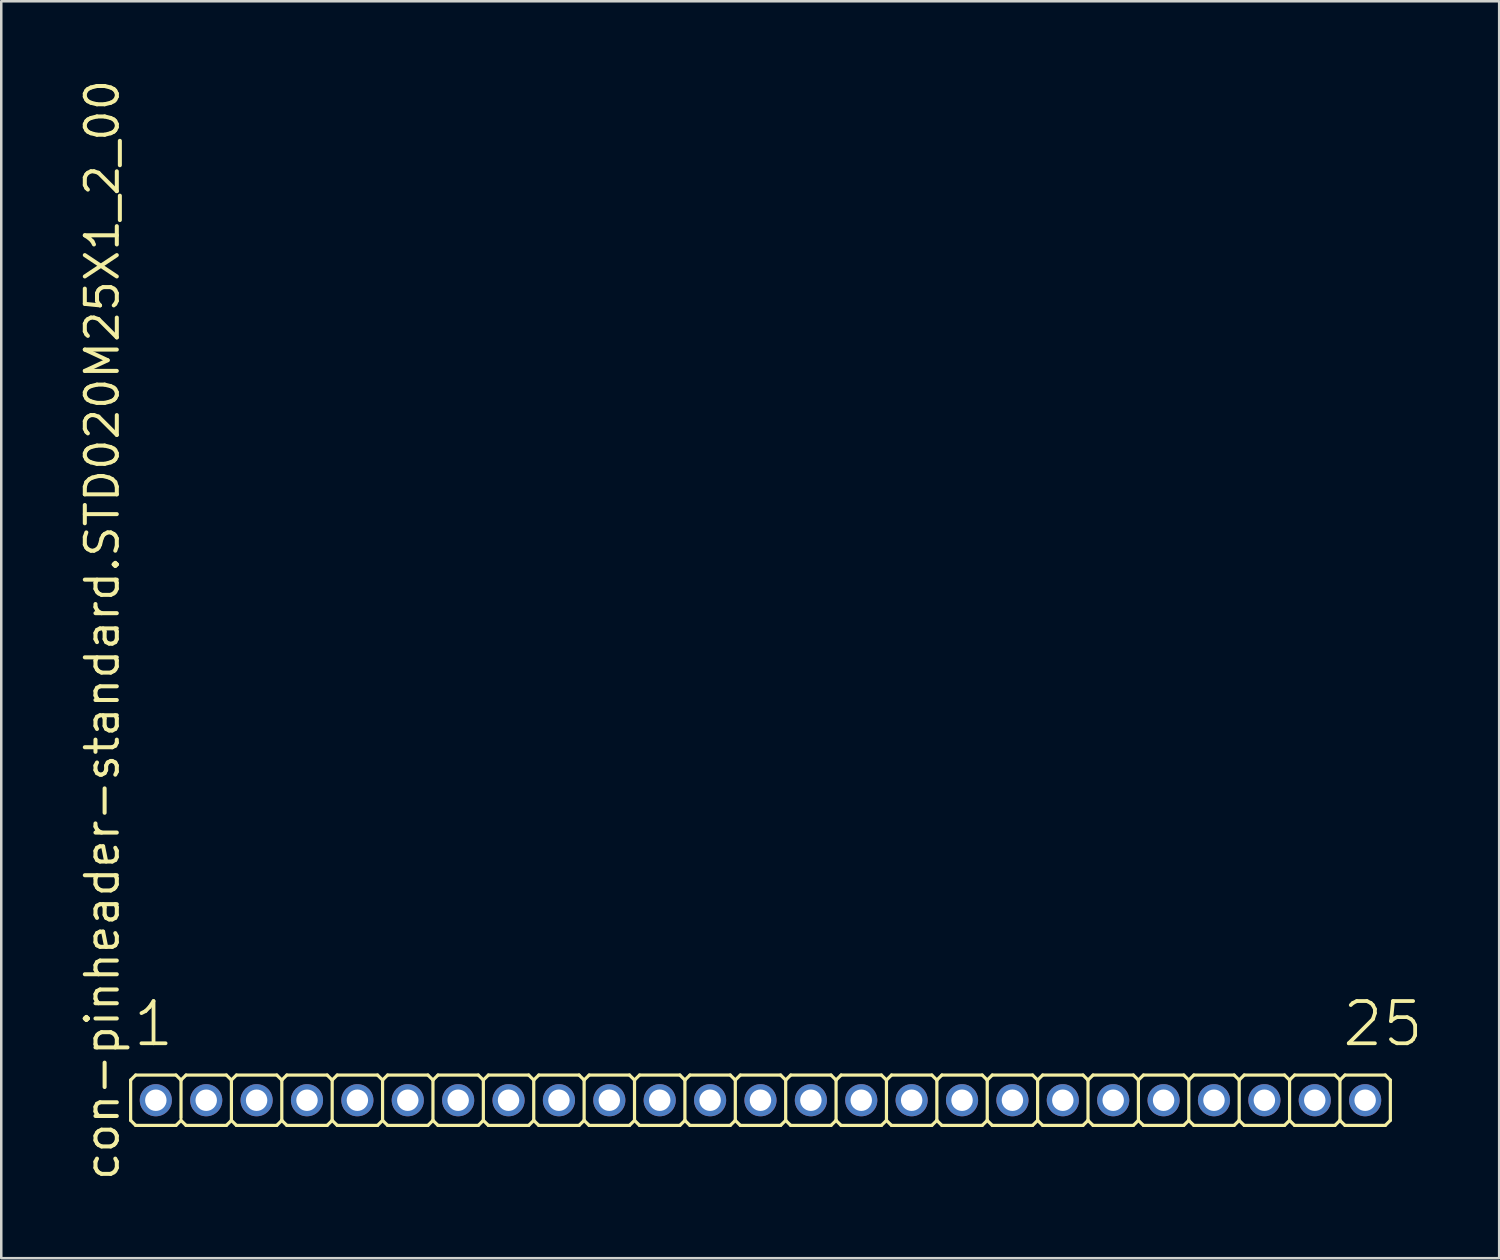
<source format=kicad_pcb>
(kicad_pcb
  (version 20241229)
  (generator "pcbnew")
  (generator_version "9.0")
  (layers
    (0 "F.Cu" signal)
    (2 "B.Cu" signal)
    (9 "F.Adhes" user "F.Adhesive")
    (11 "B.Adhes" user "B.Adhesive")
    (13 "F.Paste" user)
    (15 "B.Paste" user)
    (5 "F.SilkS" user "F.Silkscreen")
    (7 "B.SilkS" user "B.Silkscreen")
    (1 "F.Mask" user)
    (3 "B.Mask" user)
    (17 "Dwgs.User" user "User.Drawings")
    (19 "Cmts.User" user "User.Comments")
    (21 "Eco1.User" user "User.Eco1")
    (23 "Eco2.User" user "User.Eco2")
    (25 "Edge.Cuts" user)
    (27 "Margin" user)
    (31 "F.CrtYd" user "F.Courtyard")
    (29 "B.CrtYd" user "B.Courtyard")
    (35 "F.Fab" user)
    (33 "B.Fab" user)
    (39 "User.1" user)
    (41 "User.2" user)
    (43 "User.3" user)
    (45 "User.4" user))
  (footprint "con-pinheader-standard.STD020M25X1_2_00"
    (layer "F.Cu")
    (at 27.135 40.62)
    (property "Reference" "con-pinheader-standard.STD020M25X1_2_00" (at -25.385 3.27 90) (layer "F.SilkS") (effects (font (size 1.27 1.27) (thickness 0.16)) (justify left bottom)))
    (attr through_hole)
    (fp_line (start -25 0.8) (end -25 -0.8) (stroke (width 0.127) (type default)) (layer "F.SilkS"))
    (fp_line (start -24.8 -1) (end -25 -0.8) (stroke (width 0.127) (type default)) (layer "F.SilkS"))
    (fp_line (start -24.8 -1) (end -23.2 -1) (stroke (width 0.127) (type default)) (layer "F.SilkS"))
    (fp_line (start -24.8 1) (end -25 0.8) (stroke (width 0.127) (type default)) (layer "F.SilkS"))
    (fp_line (start -23.2 -1) (end -23 -0.8) (stroke (width 0.127) (type default)) (layer "F.SilkS"))
    (fp_line (start -23.2 1) (end -24.8 1) (stroke (width 0.127) (type default)) (layer "F.SilkS"))
    (fp_line (start -23.2 1) (end -23 0.8) (stroke (width 0.127) (type default)) (layer "F.SilkS"))
    (fp_line (start -23 -0.8) (end -23 0.7) (stroke (width 0.127) (type default)) (layer "F.SilkS"))
    (fp_line (start -22.8 -1) (end -23 -0.8) (stroke (width 0.127) (type default)) (layer "F.SilkS"))
    (fp_line (start -22.8 -1) (end -21.2 -1) (stroke (width 0.127) (type default)) (layer "F.SilkS"))
    (fp_line (start -22.8 1) (end -23 0.8) (stroke (width 0.127) (type default)) (layer "F.SilkS"))
    (fp_line (start -21.2 -1) (end -21 -0.8) (stroke (width 0.127) (type default)) (layer "F.SilkS"))
    (fp_line (start -21.2 1) (end -22.8 1) (stroke (width 0.127) (type default)) (layer "F.SilkS"))
    (fp_line (start -21.2 1) (end -21 0.8) (stroke (width 0.127) (type default)) (layer "F.SilkS"))
    (fp_line (start -21 -0.8) (end -21 0.8) (stroke (width 0.127) (type default)) (layer "F.SilkS"))
    (fp_line (start -20.8 -1) (end -21 -0.8) (stroke (width 0.127) (type default)) (layer "F.SilkS"))
    (fp_line (start -20.8 -1) (end -19.2 -1) (stroke (width 0.127) (type default)) (layer "F.SilkS"))
    (fp_line (start -20.8 1) (end -21 0.8) (stroke (width 0.127) (type default)) (layer "F.SilkS"))
    (fp_line (start -19.2 -1) (end -19 -0.8) (stroke (width 0.127) (type default)) (layer "F.SilkS"))
    (fp_line (start -19.2 1) (end -20.8 1) (stroke (width 0.127) (type default)) (layer "F.SilkS"))
    (fp_line (start -19.2 1) (end -19 0.8) (stroke (width 0.127) (type default)) (layer "F.SilkS"))
    (fp_line (start -19 -0.8) (end -19 0.8) (stroke (width 0.127) (type default)) (layer "F.SilkS"))
    (fp_line (start -18.8 -1) (end -19 -0.8) (stroke (width 0.127) (type default)) (layer "F.SilkS"))
    (fp_line (start -18.8 -1) (end -17.2 -1) (stroke (width 0.127) (type default)) (layer "F.SilkS"))
    (fp_line (start -18.8 1) (end -19 0.8) (stroke (width 0.127) (type default)) (layer "F.SilkS"))
    (fp_line (start -17.2 -1) (end -17 -0.8) (stroke (width 0.127) (type default)) (layer "F.SilkS"))
    (fp_line (start -17.2 1) (end -18.8 1) (stroke (width 0.127) (type default)) (layer "F.SilkS"))
    (fp_line (start -17.2 1) (end -17 0.8) (stroke (width 0.127) (type default)) (layer "F.SilkS"))
    (fp_line (start -17 -0.8) (end -17 0.8) (stroke (width 0.127) (type default)) (layer "F.SilkS"))
    (fp_line (start -16.8 -1) (end -17 -0.8) (stroke (width 0.127) (type default)) (layer "F.SilkS"))
    (fp_line (start -16.8 -1) (end -15.2 -1) (stroke (width 0.127) (type default)) (layer "F.SilkS"))
    (fp_line (start -16.8 1) (end -17 0.8) (stroke (width 0.127) (type default)) (layer "F.SilkS"))
    (fp_line (start -15.2 -1) (end -15 -0.8) (stroke (width 0.127) (type default)) (layer "F.SilkS"))
    (fp_line (start -15.2 1) (end -16.8 1) (stroke (width 0.127) (type default)) (layer "F.SilkS"))
    (fp_line (start -15.2 1) (end -15 0.8) (stroke (width 0.127) (type default)) (layer "F.SilkS"))
    (fp_line (start -15 -0.8) (end -15 0.8) (stroke (width 0.127) (type default)) (layer "F.SilkS"))
    (fp_line (start -14.8 -1) (end -15 -0.8) (stroke (width 0.127) (type default)) (layer "F.SilkS"))
    (fp_line (start -14.8 -1) (end -13.2 -1) (stroke (width 0.127) (type default)) (layer "F.SilkS"))
    (fp_line (start -14.8 1) (end -15 0.8) (stroke (width 0.127) (type default)) (layer "F.SilkS"))
    (fp_line (start -13.2 -1) (end -13 -0.8) (stroke (width 0.127) (type default)) (layer "F.SilkS"))
    (fp_line (start -13.2 1) (end -14.8 1) (stroke (width 0.127) (type default)) (layer "F.SilkS"))
    (fp_line (start -13.2 1) (end -13 0.8) (stroke (width 0.127) (type default)) (layer "F.SilkS"))
    (fp_line (start -13 -0.8) (end -13 0.8) (stroke (width 0.127) (type default)) (layer "F.SilkS"))
    (fp_line (start -12.8 -1) (end -13 -0.8) (stroke (width 0.127) (type default)) (layer "F.SilkS"))
    (fp_line (start -12.8 -1) (end -11.2 -1) (stroke (width 0.127) (type default)) (layer "F.SilkS"))
    (fp_line (start -12.8 1) (end -13 0.8) (stroke (width 0.127) (type default)) (layer "F.SilkS"))
    (fp_line (start -11.2 -1) (end -11 -0.8) (stroke (width 0.127) (type default)) (layer "F.SilkS"))
    (fp_line (start -11.2 1) (end -12.8 1) (stroke (width 0.127) (type default)) (layer "F.SilkS"))
    (fp_line (start -11.2 1) (end -11 0.8) (stroke (width 0.127) (type default)) (layer "F.SilkS"))
    (fp_line (start -11 -0.8) (end -11 0.8) (stroke (width 0.127) (type default)) (layer "F.SilkS"))
    (fp_line (start -10.8 -1) (end -11 -0.8) (stroke (width 0.127) (type default)) (layer "F.SilkS"))
    (fp_line (start -10.8 -1) (end -9.2 -1) (stroke (width 0.127) (type default)) (layer "F.SilkS"))
    (fp_line (start -10.8 1) (end -11 0.8) (stroke (width 0.127) (type default)) (layer "F.SilkS"))
    (fp_line (start -9.2 -1) (end -9 -0.8) (stroke (width 0.127) (type default)) (layer "F.SilkS"))
    (fp_line (start -9.2 1) (end -10.8 1) (stroke (width 0.127) (type default)) (layer "F.SilkS"))
    (fp_line (start -9.2 1) (end -9 0.8) (stroke (width 0.127) (type default)) (layer "F.SilkS"))
    (fp_line (start -9 -0.8) (end -9 0.8) (stroke (width 0.127) (type default)) (layer "F.SilkS"))
    (fp_line (start -8.8 -1) (end -9 -0.8) (stroke (width 0.127) (type default)) (layer "F.SilkS"))
    (fp_line (start -8.8 -1) (end -7.2 -1) (stroke (width 0.127) (type default)) (layer "F.SilkS"))
    (fp_line (start -8.8 1) (end -9 0.8) (stroke (width 0.127) (type default)) (layer "F.SilkS"))
    (fp_line (start -7.2 -1) (end -7 -0.8) (stroke (width 0.127) (type default)) (layer "F.SilkS"))
    (fp_line (start -7.2 1) (end -8.8 1) (stroke (width 0.127) (type default)) (layer "F.SilkS"))
    (fp_line (start -7.2 1) (end -7 0.8) (stroke (width 0.127) (type default)) (layer "F.SilkS"))
    (fp_line (start -7 -0.8) (end -7 0.8) (stroke (width 0.127) (type default)) (layer "F.SilkS"))
    (fp_line (start -6.8 -1) (end -7 -0.8) (stroke (width 0.127) (type default)) (layer "F.SilkS"))
    (fp_line (start -6.8 -1) (end -5.2 -1) (stroke (width 0.127) (type default)) (layer "F.SilkS"))
    (fp_line (start -6.8 1) (end -7 0.8) (stroke (width 0.127) (type default)) (layer "F.SilkS"))
    (fp_line (start -5.2 -1) (end -5 -0.8) (stroke (width 0.127) (type default)) (layer "F.SilkS"))
    (fp_line (start -5.2 1) (end -6.8 1) (stroke (width 0.127) (type default)) (layer "F.SilkS"))
    (fp_line (start -5.2 1) (end -5 0.8) (stroke (width 0.127) (type default)) (layer "F.SilkS"))
    (fp_line (start -5 -0.8) (end -5 0.8) (stroke (width 0.127) (type default)) (layer "F.SilkS"))
    (fp_line (start -4.8 -1) (end -5 -0.8) (stroke (width 0.127) (type default)) (layer "F.SilkS"))
    (fp_line (start -4.8 -1) (end -3.2 -1) (stroke (width 0.127) (type default)) (layer "F.SilkS"))
    (fp_line (start -4.8 1) (end -5 0.8) (stroke (width 0.127) (type default)) (layer "F.SilkS"))
    (fp_line (start -3.2 -1) (end -3 -0.8) (stroke (width 0.127) (type default)) (layer "F.SilkS"))
    (fp_line (start -3.2 1) (end -4.8 1) (stroke (width 0.127) (type default)) (layer "F.SilkS"))
    (fp_line (start -3.2 1) (end -3 0.8) (stroke (width 0.127) (type default)) (layer "F.SilkS"))
    (fp_line (start -3 -0.8) (end -3 0.8) (stroke (width 0.127) (type default)) (layer "F.SilkS"))
    (fp_line (start -2.8 -1) (end -3 -0.8) (stroke (width 0.127) (type default)) (layer "F.SilkS"))
    (fp_line (start -2.8 -1) (end -1.2 -1) (stroke (width 0.127) (type default)) (layer "F.SilkS"))
    (fp_line (start -2.8 1) (end -3 0.8) (stroke (width 0.127) (type default)) (layer "F.SilkS"))
    (fp_line (start -1.2 -1) (end -1 -0.8) (stroke (width 0.127) (type default)) (layer "F.SilkS"))
    (fp_line (start -1.2 1) (end -2.8 1) (stroke (width 0.127) (type default)) (layer "F.SilkS"))
    (fp_line (start -1.2 1) (end -1 0.8) (stroke (width 0.127) (type default)) (layer "F.SilkS"))
    (fp_line (start -1 -0.8) (end -1 0.8) (stroke (width 0.127) (type default)) (layer "F.SilkS"))
    (fp_line (start -0.8 -1) (end -1 -0.8) (stroke (width 0.127) (type default)) (layer "F.SilkS"))
    (fp_line (start -0.8 -1) (end 0.8 -1) (stroke (width 0.127) (type default)) (layer "F.SilkS"))
    (fp_line (start -0.8 1) (end -1 0.8) (stroke (width 0.127) (type default)) (layer "F.SilkS"))
    (fp_line (start 0.8 -1) (end 1 -0.8) (stroke (width 0.127) (type default)) (layer "F.SilkS"))
    (fp_line (start 0.8 1) (end -0.8 1) (stroke (width 0.127) (type default)) (layer "F.SilkS"))
    (fp_line (start 0.8 1) (end 1 0.8) (stroke (width 0.127) (type default)) (layer "F.SilkS"))
    (fp_line (start 1 -0.8) (end 1 0.8) (stroke (width 0.127) (type default)) (layer "F.SilkS"))
    (fp_line (start 1.2 -1) (end 1 -0.8) (stroke (width 0.127) (type default)) (layer "F.SilkS"))
    (fp_line (start 1.2 -1) (end 2.8 -1) (stroke (width 0.127) (type default)) (layer "F.SilkS"))
    (fp_line (start 1.2 1) (end 1 0.8) (stroke (width 0.127) (type default)) (layer "F.SilkS"))
    (fp_line (start 2.8 -1) (end 3 -0.8) (stroke (width 0.127) (type default)) (layer "F.SilkS"))
    (fp_line (start 2.8 1) (end 1.2 1) (stroke (width 0.127) (type default)) (layer "F.SilkS"))
    (fp_line (start 2.8 1) (end 3 0.8) (stroke (width 0.127) (type default)) (layer "F.SilkS"))
    (fp_line (start 3 -0.8) (end 3 0.8) (stroke (width 0.127) (type default)) (layer "F.SilkS"))
    (fp_line (start 3.2 -1) (end 3 -0.8) (stroke (width 0.127) (type default)) (layer "F.SilkS"))
    (fp_line (start 3.2 -1) (end 4.8 -1) (stroke (width 0.127) (type default)) (layer "F.SilkS"))
    (fp_line (start 3.2 1) (end 3 0.8) (stroke (width 0.127) (type default)) (layer "F.SilkS"))
    (fp_line (start 4.8 -1) (end 5 -0.8) (stroke (width 0.127) (type default)) (layer "F.SilkS"))
    (fp_line (start 4.8 1) (end 3.2 1) (stroke (width 0.127) (type default)) (layer "F.SilkS"))
    (fp_line (start 4.8 1) (end 5 0.8) (stroke (width 0.127) (type default)) (layer "F.SilkS"))
    (fp_line (start 5 -0.8) (end 5 0.8) (stroke (width 0.127) (type default)) (layer "F.SilkS"))
    (fp_line (start 5.2 -1) (end 5 -0.8) (stroke (width 0.127) (type default)) (layer "F.SilkS"))
    (fp_line (start 5.2 -1) (end 6.8 -1) (stroke (width 0.127) (type default)) (layer "F.SilkS"))
    (fp_line (start 5.2 1) (end 5 0.8) (stroke (width 0.127) (type default)) (layer "F.SilkS"))
    (fp_line (start 6.8 -1) (end 7 -0.8) (stroke (width 0.127) (type default)) (layer "F.SilkS"))
    (fp_line (start 6.8 1) (end 5.2 1) (stroke (width 0.127) (type default)) (layer "F.SilkS"))
    (fp_line (start 6.8 1) (end 7 0.8) (stroke (width 0.127) (type default)) (layer "F.SilkS"))
    (fp_line (start 7 -0.8) (end 7 0.8) (stroke (width 0.127) (type default)) (layer "F.SilkS"))
    (fp_line (start 7.2 -1) (end 7 -0.8) (stroke (width 0.127) (type default)) (layer "F.SilkS"))
    (fp_line (start 7.2 -1) (end 8.8 -1) (stroke (width 0.127) (type default)) (layer "F.SilkS"))
    (fp_line (start 7.2 1) (end 7 0.8) (stroke (width 0.127) (type default)) (layer "F.SilkS"))
    (fp_line (start 8.8 -1) (end 9 -0.8) (stroke (width 0.127) (type default)) (layer "F.SilkS"))
    (fp_line (start 8.8 1) (end 7.2 1) (stroke (width 0.127) (type default)) (layer "F.SilkS"))
    (fp_line (start 8.8 1) (end 9 0.8) (stroke (width 0.127) (type default)) (layer "F.SilkS"))
    (fp_line (start 9 -0.8) (end 9 0.8) (stroke (width 0.127) (type default)) (layer "F.SilkS"))
    (fp_line (start 9.2 -1) (end 9 -0.8) (stroke (width 0.127) (type default)) (layer "F.SilkS"))
    (fp_line (start 9.2 -1) (end 10.8 -1) (stroke (width 0.127) (type default)) (layer "F.SilkS"))
    (fp_line (start 9.2 1) (end 9 0.8) (stroke (width 0.127) (type default)) (layer "F.SilkS"))
    (fp_line (start 10.8 -1) (end 11 -0.8) (stroke (width 0.127) (type default)) (layer "F.SilkS"))
    (fp_line (start 10.8 1) (end 9.2 1) (stroke (width 0.127) (type default)) (layer "F.SilkS"))
    (fp_line (start 10.8 1) (end 11 0.8) (stroke (width 0.127) (type default)) (layer "F.SilkS"))
    (fp_line (start 11 -0.8) (end 11 0.8) (stroke (width 0.127) (type default)) (layer "F.SilkS"))
    (fp_line (start 11.2 -1) (end 11 -0.8) (stroke (width 0.127) (type default)) (layer "F.SilkS"))
    (fp_line (start 11.2 -1) (end 12.8 -1) (stroke (width 0.127) (type default)) (layer "F.SilkS"))
    (fp_line (start 11.2 1) (end 11 0.8) (stroke (width 0.127) (type default)) (layer "F.SilkS"))
    (fp_line (start 12.8 -1) (end 13 -0.8) (stroke (width 0.127) (type default)) (layer "F.SilkS"))
    (fp_line (start 12.8 1) (end 11.2 1) (stroke (width 0.127) (type default)) (layer "F.SilkS"))
    (fp_line (start 12.8 1) (end 13 0.8) (stroke (width 0.127) (type default)) (layer "F.SilkS"))
    (fp_line (start 13 -0.8) (end 13 0.8) (stroke (width 0.127) (type default)) (layer "F.SilkS"))
    (fp_line (start 13.2 -1) (end 13 -0.8) (stroke (width 0.127) (type default)) (layer "F.SilkS"))
    (fp_line (start 13.2 -1) (end 14.8 -1) (stroke (width 0.127) (type default)) (layer "F.SilkS"))
    (fp_line (start 13.2 1) (end 13 0.8) (stroke (width 0.127) (type default)) (layer "F.SilkS"))
    (fp_line (start 14.8 -1) (end 15 -0.8) (stroke (width 0.127) (type default)) (layer "F.SilkS"))
    (fp_line (start 14.8 1) (end 13.2 1) (stroke (width 0.127) (type default)) (layer "F.SilkS"))
    (fp_line (start 14.8 1) (end 15 0.8) (stroke (width 0.127) (type default)) (layer "F.SilkS"))
    (fp_line (start 15 -0.8) (end 15 0.8) (stroke (width 0.127) (type default)) (layer "F.SilkS"))
    (fp_line (start 15.2 -1) (end 15 -0.8) (stroke (width 0.127) (type default)) (layer "F.SilkS"))
    (fp_line (start 15.2 -1) (end 16.8 -1) (stroke (width 0.127) (type default)) (layer "F.SilkS"))
    (fp_line (start 15.2 1) (end 15 0.8) (stroke (width 0.127) (type default)) (layer "F.SilkS"))
    (fp_line (start 16.8 -1) (end 17 -0.8) (stroke (width 0.127) (type default)) (layer "F.SilkS"))
    (fp_line (start 16.8 1) (end 15.2 1) (stroke (width 0.127) (type default)) (layer "F.SilkS"))
    (fp_line (start 16.8 1) (end 17 0.8) (stroke (width 0.127) (type default)) (layer "F.SilkS"))
    (fp_line (start 17 -0.8) (end 17 0.8) (stroke (width 0.127) (type default)) (layer "F.SilkS"))
    (fp_line (start 17.2 -1) (end 17 -0.8) (stroke (width 0.127) (type default)) (layer "F.SilkS"))
    (fp_line (start 17.2 -1) (end 18.8 -1) (stroke (width 0.127) (type default)) (layer "F.SilkS"))
    (fp_line (start 17.2 1) (end 17 0.8) (stroke (width 0.127) (type default)) (layer "F.SilkS"))
    (fp_line (start 18.8 -1) (end 19 -0.8) (stroke (width 0.127) (type default)) (layer "F.SilkS"))
    (fp_line (start 18.8 1) (end 17.2 1) (stroke (width 0.127) (type default)) (layer "F.SilkS"))
    (fp_line (start 18.8 1) (end 19 0.8) (stroke (width 0.127) (type default)) (layer "F.SilkS"))
    (fp_line (start 19 -0.8) (end 19 0.8) (stroke (width 0.127) (type default)) (layer "F.SilkS"))
    (fp_line (start 19.2 -1) (end 19 -0.8) (stroke (width 0.127) (type default)) (layer "F.SilkS"))
    (fp_line (start 19.2 -1) (end 20.8 -1) (stroke (width 0.127) (type default)) (layer "F.SilkS"))
    (fp_line (start 19.2 1) (end 19 0.8) (stroke (width 0.127) (type default)) (layer "F.SilkS"))
    (fp_line (start 20.8 -1) (end 21 -0.8) (stroke (width 0.127) (type default)) (layer "F.SilkS"))
    (fp_line (start 20.8 1) (end 19.2 1) (stroke (width 0.127) (type default)) (layer "F.SilkS"))
    (fp_line (start 20.8 1) (end 21 0.8) (stroke (width 0.127) (type default)) (layer "F.SilkS"))
    (fp_line (start 21 -0.8) (end 21 0.8) (stroke (width 0.127) (type default)) (layer "F.SilkS"))
    (fp_line (start 21.2 -1) (end 21 -0.8) (stroke (width 0.127) (type default)) (layer "F.SilkS"))
    (fp_line (start 21.2 -1) (end 22.8 -1) (stroke (width 0.127) (type default)) (layer "F.SilkS"))
    (fp_line (start 21.2 1) (end 21 0.8) (stroke (width 0.127) (type default)) (layer "F.SilkS"))
    (fp_line (start 22.8 -1) (end 23 -0.8) (stroke (width 0.127) (type default)) (layer "F.SilkS"))
    (fp_line (start 22.8 1) (end 21.2 1) (stroke (width 0.127) (type default)) (layer "F.SilkS"))
    (fp_line (start 22.8 1) (end 23 0.8) (stroke (width 0.127) (type default)) (layer "F.SilkS"))
    (fp_line (start 23 -0.8) (end 23 0.8) (stroke (width 0.127) (type default)) (layer "F.SilkS"))
    (fp_line (start 23.2 -1) (end 23 -0.8) (stroke (width 0.127) (type default)) (layer "F.SilkS"))
    (fp_line (start 23.2 -1) (end 24.8 -1) (stroke (width 0.127) (type default)) (layer "F.SilkS"))
    (fp_line (start 23.2 1) (end 23 0.8) (stroke (width 0.127) (type default)) (layer "F.SilkS"))
    (fp_line (start 24.8 -1) (end 25 -0.8) (stroke (width 0.127) (type default)) (layer "F.SilkS"))
    (fp_line (start 24.8 1) (end 23.2 1) (stroke (width 0.127) (type default)) (layer "F.SilkS"))
    (fp_line (start 24.8 1) (end 25 0.8) (stroke (width 0.127) (type default)) (layer "F.SilkS"))
    (fp_line (start 25 -0.8) (end 25 0.8) (stroke (width 0.127) (type default)) (layer "F.SilkS"))
    (fp_rect (start -24.25 0.25) (end -23.75 -0.25) (stroke (width 0.05) (type default)) (fill no) (layer "F.Fab"))
    (fp_rect (start -22.25 0.25) (end -21.75 -0.25) (stroke (width 0.05) (type default)) (fill no) (layer "F.Fab"))
    (fp_rect (start -20.25 0.25) (end -19.75 -0.25) (stroke (width 0.05) (type default)) (fill no) (layer "F.Fab"))
    (fp_rect (start -18.25 0.25) (end -17.75 -0.25) (stroke (width 0.05) (type default)) (fill no) (layer "F.Fab"))
    (fp_rect (start -16.25 0.25) (end -15.75 -0.25) (stroke (width 0.05) (type default)) (fill no) (layer "F.Fab"))
    (fp_rect (start -14.25 0.25) (end -13.75 -0.25) (stroke (width 0.05) (type default)) (fill no) (layer "F.Fab"))
    (fp_rect (start -12.25 0.25) (end -11.75 -0.25) (stroke (width 0.05) (type default)) (fill no) (layer "F.Fab"))
    (fp_rect (start -10.25 0.25) (end -9.75 -0.25) (stroke (width 0.05) (type default)) (fill no) (layer "F.Fab"))
    (fp_rect (start -8.25 0.25) (end -7.75 -0.25) (stroke (width 0.05) (type default)) (fill no) (layer "F.Fab"))
    (fp_rect (start -6.25 0.25) (end -5.75 -0.25) (stroke (width 0.05) (type default)) (fill no) (layer "F.Fab"))
    (fp_rect (start -4.25 0.25) (end -3.75 -0.25) (stroke (width 0.05) (type default)) (fill no) (layer "F.Fab"))
    (fp_rect (start -2.25 0.25) (end -1.75 -0.25) (stroke (width 0.05) (type default)) (fill no) (layer "F.Fab"))
    (fp_rect (start -0.25 0.25) (end 0.25 -0.25) (stroke (width 0.05) (type default)) (fill no) (layer "F.Fab"))
    (fp_rect (start 1.75 0.25) (end 2.25 -0.25) (stroke (width 0.05) (type default)) (fill no) (layer "F.Fab"))
    (fp_rect (start 3.75 0.25) (end 4.25 -0.25) (stroke (width 0.05) (type default)) (fill no) (layer "F.Fab"))
    (fp_rect (start 5.75 0.25) (end 6.25 -0.25) (stroke (width 0.05) (type default)) (fill no) (layer "F.Fab"))
    (fp_rect (start 7.75 0.25) (end 8.25 -0.25) (stroke (width 0.05) (type default)) (fill no) (layer "F.Fab"))
    (fp_rect (start 9.75 0.25) (end 10.25 -0.25) (stroke (width 0.05) (type default)) (fill no) (layer "F.Fab"))
    (fp_rect (start 11.75 0.25) (end 12.25 -0.25) (stroke (width 0.05) (type default)) (fill no) (layer "F.Fab"))
    (fp_rect (start 13.75 0.25) (end 14.25 -0.25) (stroke (width 0.05) (type default)) (fill no) (layer "F.Fab"))
    (fp_rect (start 15.75 0.25) (end 16.25 -0.25) (stroke (width 0.05) (type default)) (fill no) (layer "F.Fab"))
    (fp_rect (start 17.75 0.25) (end 18.25 -0.25) (stroke (width 0.05) (type default)) (fill no) (layer "F.Fab"))
    (fp_rect (start 19.75 0.25) (end 20.25 -0.25) (stroke (width 0.05) (type default)) (fill no) (layer "F.Fab"))
    (fp_rect (start 21.75 0.25) (end 22.25 -0.25) (stroke (width 0.05) (type default)) (fill no) (layer "F.Fab"))
    (fp_rect (start 23.75 0.25) (end 24.25 -0.25) (stroke (width 0.05) (type default)) (fill no) (layer "F.Fab"))
    (fp_text user "1" (at -24.988 -2.048 0) (layer "F.SilkS") (effects (font (size 1.676 1.676) (thickness 0.15)) (justify left bottom)))
    (fp_text user "25" (at 23.012 -2.048 0) (layer "F.SilkS") (effects (font (size 1.676 1.676) (thickness 0.15)) (justify left bottom)))
    (pad "1" thru_hole circle (at -24 0) (size 1.275 1.275) (drill 0.85) (layers "*.Cu" "*.Mask"))
    (pad "2" thru_hole circle (at -22 0) (size 1.275 1.275) (drill 0.85) (layers "*.Cu" "*.Mask"))
    (pad "3" thru_hole circle (at -20 0) (size 1.275 1.275) (drill 0.85) (layers "*.Cu" "*.Mask"))
    (pad "4" thru_hole circle (at -18 0) (size 1.275 1.275) (drill 0.85) (layers "*.Cu" "*.Mask"))
    (pad "5" thru_hole circle (at -16 0) (size 1.275 1.275) (drill 0.85) (layers "*.Cu" "*.Mask"))
    (pad "6" thru_hole circle (at -14 0) (size 1.275 1.275) (drill 0.85) (layers "*.Cu" "*.Mask"))
    (pad "7" thru_hole circle (at -12 0) (size 1.275 1.275) (drill 0.85) (layers "*.Cu" "*.Mask"))
    (pad "8" thru_hole circle (at -10 0) (size 1.275 1.275) (drill 0.85) (layers "*.Cu" "*.Mask"))
    (pad "9" thru_hole circle (at -8 0) (size 1.275 1.275) (drill 0.85) (layers "*.Cu" "*.Mask"))
    (pad "10" thru_hole circle (at -6 0) (size 1.275 1.275) (drill 0.85) (layers "*.Cu" "*.Mask"))
    (pad "11" thru_hole circle (at -4 0) (size 1.275 1.275) (drill 0.85) (layers "*.Cu" "*.Mask"))
    (pad "12" thru_hole circle (at -2 0) (size 1.275 1.275) (drill 0.85) (layers "*.Cu" "*.Mask"))
    (pad "13" thru_hole circle (at 0 0) (size 1.275 1.275) (drill 0.85) (layers "*.Cu" "*.Mask"))
    (pad "14" thru_hole circle (at 2 0) (size 1.275 1.275) (drill 0.85) (layers "*.Cu" "*.Mask"))
    (pad "15" thru_hole circle (at 4 0) (size 1.275 1.275) (drill 0.85) (layers "*.Cu" "*.Mask"))
    (pad "16" thru_hole circle (at 6 0) (size 1.275 1.275) (drill 0.85) (layers "*.Cu" "*.Mask"))
    (pad "17" thru_hole circle (at 8 0) (size 1.275 1.275) (drill 0.85) (layers "*.Cu" "*.Mask"))
    (pad "18" thru_hole circle (at 10 0) (size 1.275 1.275) (drill 0.85) (layers "*.Cu" "*.Mask"))
    (pad "19" thru_hole circle (at 12 0) (size 1.275 1.275) (drill 0.85) (layers "*.Cu" "*.Mask"))
    (pad "20" thru_hole circle (at 14 0) (size 1.275 1.275) (drill 0.85) (layers "*.Cu" "*.Mask"))
    (pad "21" thru_hole circle (at 16 0) (size 1.275 1.275) (drill 0.85) (layers "*.Cu" "*.Mask"))
    (pad "22" thru_hole circle (at 18 0) (size 1.275 1.275) (drill 0.85) (layers "*.Cu" "*.Mask"))
    (pad "23" thru_hole circle (at 20 0) (size 1.275 1.275) (drill 0.85) (layers "*.Cu" "*.Mask"))
    (pad "24" thru_hole circle (at 22 0) (size 1.275 1.275) (drill 0.85) (layers "*.Cu" "*.Mask"))
    (pad "25" thru_hole circle (at 24 0) (size 1.275 1.275) (drill 0.85) (layers "*.Cu" "*.Mask")))
  (gr_rect
    (start -3 -3)
    (end 56.455 46.89)
    (stroke (width 0.1) (type default))
    (fill no)
    (layer "Edge.Cuts")))
</source>
